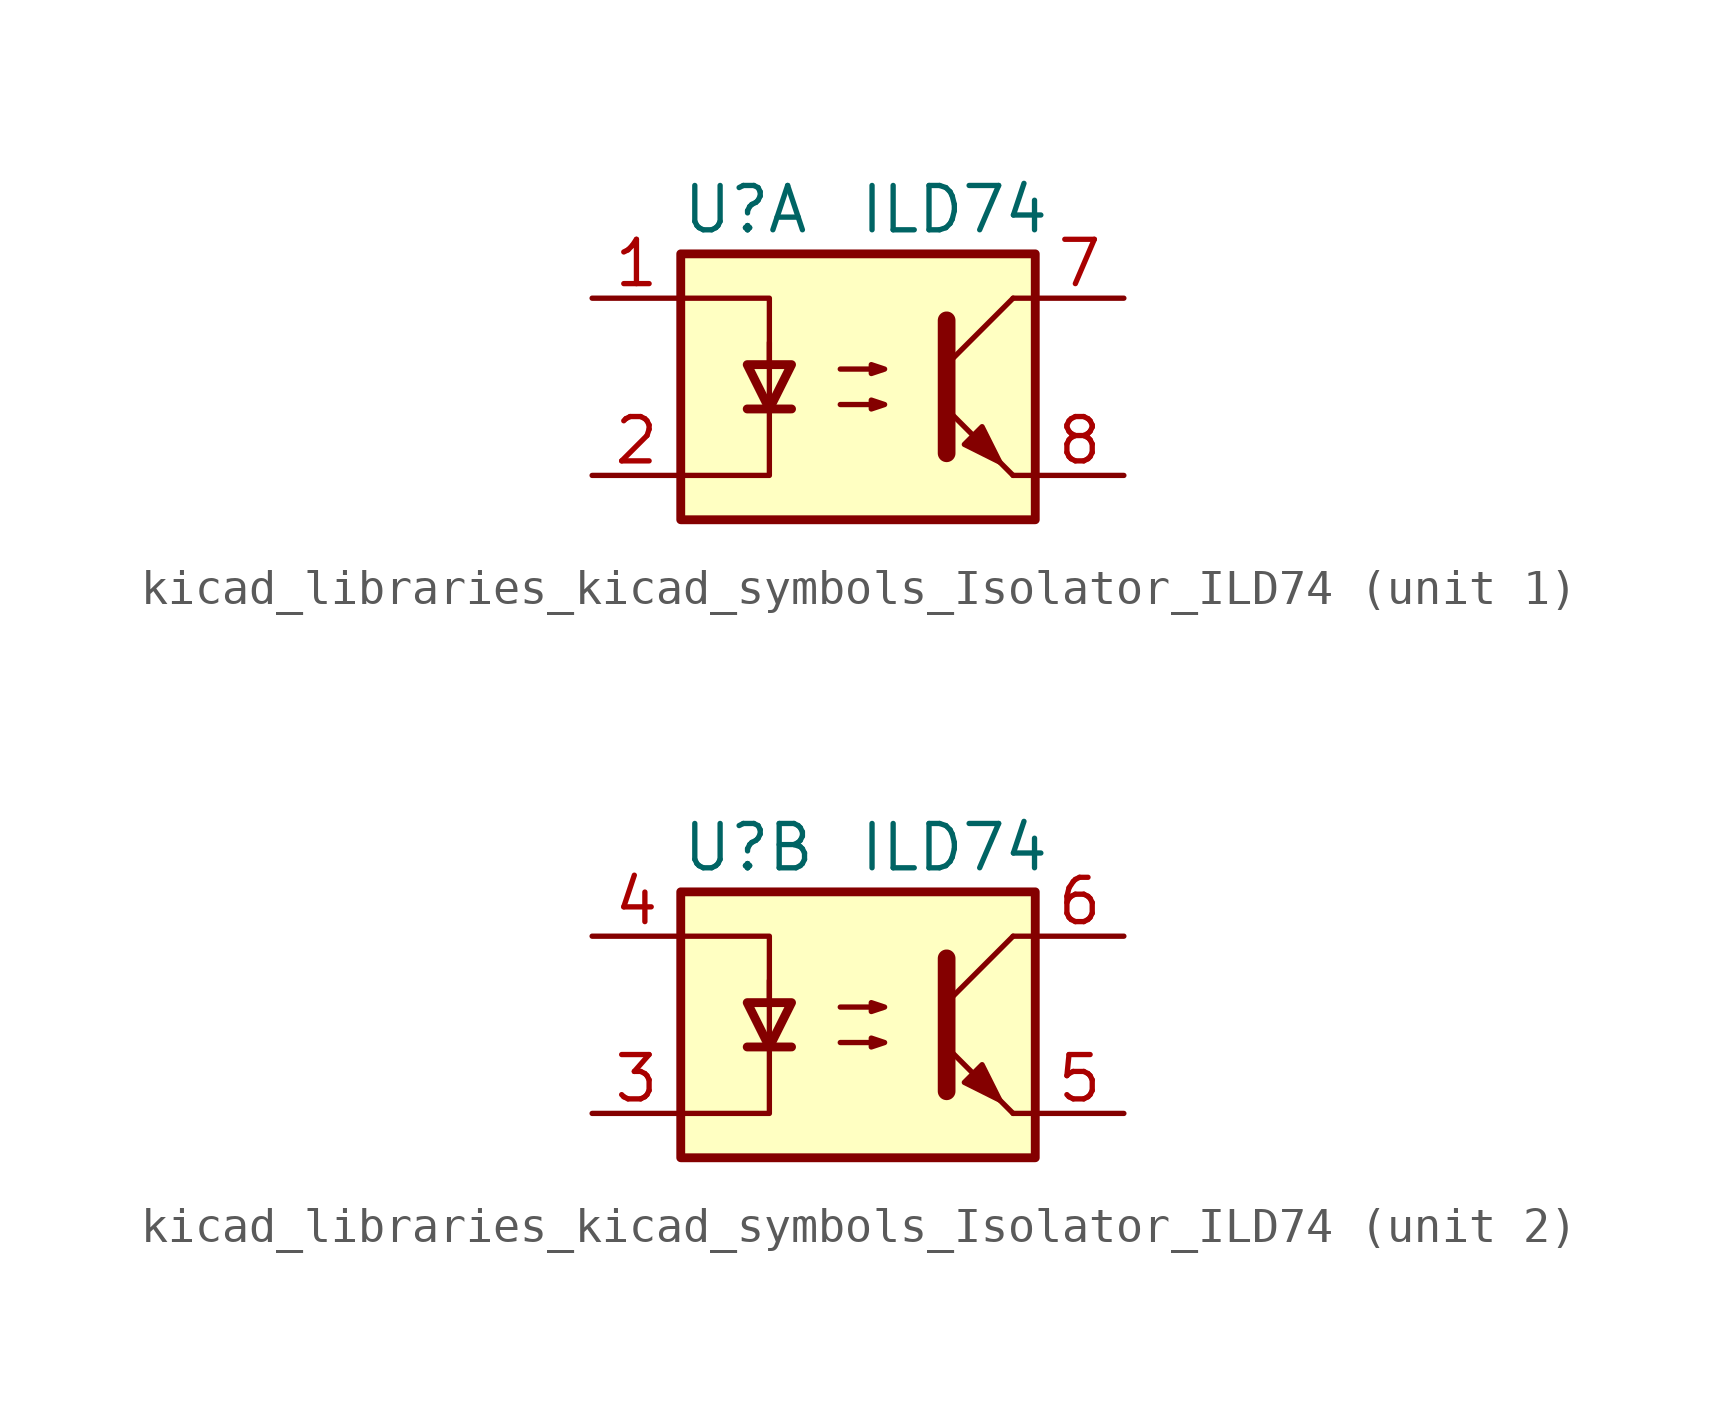
<source format=kicad_sym>
(kicad_symbol_lib
  (version 20220914)
  (generator kicad_symbol_editor)
  (symbol "kicad_libraries_kicad_symbols_Isolator_ILD74"
    (pin_names
      (offset 1.016))
    (property "Reference" "U"
      (at -5.08 5.08 0)
      (effects (font (size 1.27 1.27)) (justify left)))
    (property "Value" "ILD74"
      (at 0 5.08 0)
      (effects (font (size 1.27 1.27)) (justify left)))
    (symbol "kicad_libraries_kicad_symbols_Isolator_ILD74_0_1"
      (rectangle (start -5.08 3.81) (end 5.08 -3.81) (stroke (width 0.254) (type default)) (fill (type background)))
      (polyline (pts (xy -3.175 -0.635) (xy -1.905 -0.635)) (stroke (width 0.254) (type default)) (fill (type none)))
      (polyline (pts (xy 2.54 0.635) (xy 4.445 2.54)) (stroke (width 0) (type default)) (fill (type none)))
      (polyline (pts (xy 4.445 -2.54) (xy 2.54 -0.635)) (stroke (width 0) (type default)) (fill (type outline)))
      (polyline (pts (xy 4.445 -2.54) (xy 5.08 -2.54)) (stroke (width 0) (type default)) (fill (type none)))
      (polyline (pts (xy 4.445 2.54) (xy 5.08 2.54)) (stroke (width 0) (type default)) (fill (type none)))
      (polyline (pts (xy -5.08 2.54) (xy -2.54 2.54) (xy -2.54 0.635)) (stroke (width 0) (type default)) (fill (type none)))
      (polyline (pts (xy 2.54 1.905) (xy 2.54 -1.905) (xy 2.54 -1.905)) (stroke (width 0.508) (type default)) (fill (type none)))
      (polyline (pts (xy -2.54 -0.635) (xy -3.175 0.635) (xy -1.905 0.635) (xy -2.54 -0.635)) (stroke (width 0.254) (type default)) (fill (type none)))
      (polyline (pts (xy -2.54 -0.635) (xy -2.54 1.27) (xy -2.54 -2.54) (xy -5.08 -2.54)) (stroke (width 0) (type default)) (fill (type none)))
      (polyline (pts (xy -0.508 -0.508) (xy 0.762 -0.508) (xy 0.381 -0.635) (xy 0.381 -0.381) (xy 0.762 -0.508)) (stroke (width 0) (type default)) (fill (type none)))
      (polyline (pts (xy -0.508 0.508) (xy 0.762 0.508) (xy 0.381 0.381) (xy 0.381 0.635) (xy 0.762 0.508)) (stroke (width 0) (type default)) (fill (type none)))
      (polyline (pts (xy 3.048 -1.651) (xy 3.556 -1.143) (xy 4.064 -2.159) (xy 3.048 -1.651) (xy 3.048 -1.651)) (stroke (width 0) (type default)) (fill (type outline))))
    (symbol "kicad_libraries_kicad_symbols_Isolator_ILD74_1_1"
      (pin passive line (at -7.62 2.54 0) (length 2.54) (name "~" (effects (font (size 1.27 1.27)))) (number "1" (effects (font (size 1.27 1.27)))))
      (pin passive line (at -7.62 -2.54 0) (length 2.54) (name "~" (effects (font (size 1.27 1.27)))) (number "2" (effects (font (size 1.27 1.27)))))
      (pin passive line (at 7.62 2.54 180) (length 2.54) (name "~" (effects (font (size 1.27 1.27)))) (number "7" (effects (font (size 1.27 1.27)))))
      (pin passive line (at 7.62 -2.54 180) (length 2.54) (name "~" (effects (font (size 1.27 1.27)))) (number "8" (effects (font (size 1.27 1.27))))))
    (symbol "kicad_libraries_kicad_symbols_Isolator_ILD74_2_1"
      (pin passive line (at -7.62 -2.54 0) (length 2.54) (name "~" (effects (font (size 1.27 1.27)))) (number "3" (effects (font (size 1.27 1.27)))))
      (pin passive line (at -7.62 2.54 0) (length 2.54) (name "~" (effects (font (size 1.27 1.27)))) (number "4" (effects (font (size 1.27 1.27)))))
      (pin passive line (at 7.62 -2.54 180) (length 2.54) (name "~" (effects (font (size 1.27 1.27)))) (number "5" (effects (font (size 1.27 1.27)))))
      (pin passive line (at 7.62 2.54 180) (length 2.54) (name "~" (effects (font (size 1.27 1.27)))) (number "6" (effects (font (size 1.27 1.27))))))))
</source>
